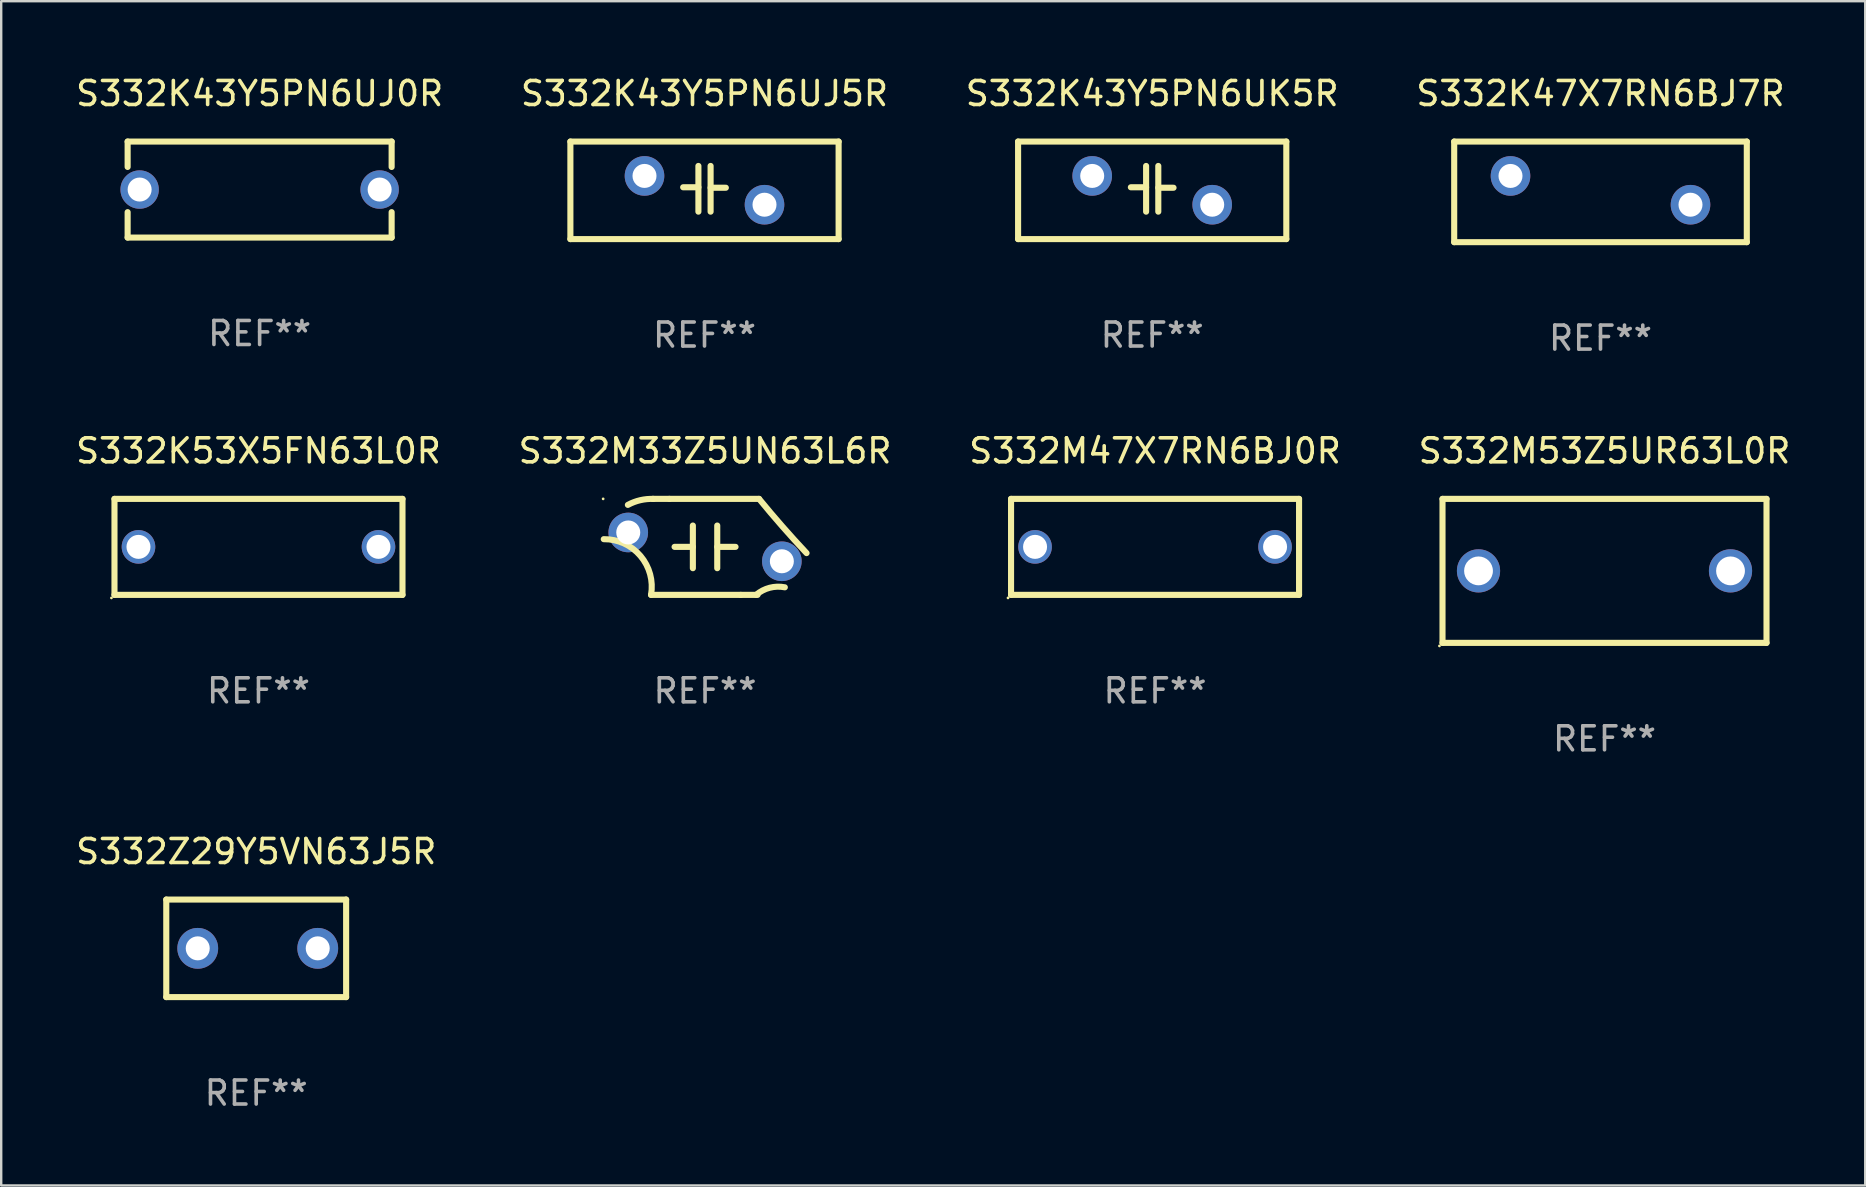
<source format=kicad_pcb>
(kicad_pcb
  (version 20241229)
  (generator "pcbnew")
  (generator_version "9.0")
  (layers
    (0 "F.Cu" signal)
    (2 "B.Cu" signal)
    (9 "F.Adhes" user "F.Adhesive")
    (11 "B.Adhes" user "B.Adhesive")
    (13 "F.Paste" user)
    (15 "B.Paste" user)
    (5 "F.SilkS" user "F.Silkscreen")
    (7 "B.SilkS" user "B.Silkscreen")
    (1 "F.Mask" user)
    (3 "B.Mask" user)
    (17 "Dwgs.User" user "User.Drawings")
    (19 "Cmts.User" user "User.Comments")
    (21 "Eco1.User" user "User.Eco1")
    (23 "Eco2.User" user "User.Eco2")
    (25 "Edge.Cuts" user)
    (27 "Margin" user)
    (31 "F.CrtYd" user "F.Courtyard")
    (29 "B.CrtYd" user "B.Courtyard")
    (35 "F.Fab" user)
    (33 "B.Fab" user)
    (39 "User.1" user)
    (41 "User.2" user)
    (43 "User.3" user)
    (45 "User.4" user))
  (footprint "S332M47X7RN6BJ0R"
    (layer "F.Cu")
    (at 45.077 19.736)
    (property "Reference" "S332M47X7RN6BJ0R" (at 0 -4 0) (layer "F.SilkS") (effects (font (size 1 1) (thickness 0.15))))
    (attr through_hole)
    (fp_line (start -6 -2) (end -6 2) (stroke (width 0.254) (type solid)) (layer "F.SilkS"))
    (fp_line (start -6 -2) (end 6 -2) (stroke (width 0.254) (type solid)) (layer "F.SilkS"))
    (fp_line (start 6 -2) (end 6 2) (stroke (width 0.254) (type solid)) (layer "F.SilkS"))
    (fp_line (start 6 2) (end -6 2) (stroke (width 0.254) (type solid)) (layer "F.SilkS"))
    (fp_circle (center -6.127 2.127) (end -6.097 2.127) (stroke (width 0.06) (type solid)) (fill no) (layer "F.SilkS"))
    (fp_text user "REF**" (at 0 6 0) (layer "F.Fab") (effects (font (size 1 1) (thickness 0.15))))
    (pad "1" thru_hole circle (at -5 0) (size 1.4 1.4) (drill 1) (layers "*.Cu" "*.Mask"))
    (pad "2" thru_hole circle (at 5 0) (size 1.4 1.4) (drill 1) (layers "*.Cu" "*.Mask")))
  (footprint "S332K47X7RN6BJ7R"
    (layer "F.Cu")
    (at 63.637 4.944)
    (property "Reference" "S332K47X7RN6BJ7R" (at 0 -4.096 0) (layer "F.SilkS") (effects (font (size 1 1) (thickness 0.15))))
    (attr through_hole)
    (fp_line (start -6.096 -2.096) (end 6.096 -2.096) (stroke (width 0.254) (type solid)) (layer "F.SilkS"))
    (fp_line (start -6.096 2.096) (end -6.096 -2.096) (stroke (width 0.254) (type solid)) (layer "F.SilkS"))
    (fp_line (start 6.096 -2.096) (end 6.096 2.096) (stroke (width 0.254) (type solid)) (layer "F.SilkS"))
    (fp_line (start 6.096 2.096) (end -6.096 2.096) (stroke (width 0.254) (type solid)) (layer "F.SilkS"))
    (fp_circle (center -6 -2.063) (end -5.97 -2.063) (stroke (width 0.06) (type solid)) (fill no) (layer "F.SilkS"))
    (fp_text user "REF**" (at 0 6.096 0) (layer "F.Fab") (effects (font (size 1 1) (thickness 0.15))))
    (pad "1" thru_hole circle (at -3.75 -0.663) (size 1.65 1.65) (drill 1) (layers "*.Cu" "*.Mask"))
    (pad "2" thru_hole circle (at 3.75 0.536) (size 1.65 1.65) (drill 1) (layers "*.Cu" "*.Mask")))
  (footprint "S332K53X5FN63L0R"
    (layer "F.Cu")
    (at 7.72 19.736)
    (property "Reference" "S332K53X5FN63L0R" (at 0 -4 0) (layer "F.SilkS") (effects (font (size 1 1) (thickness 0.15))))
    (attr through_hole)
    (fp_line (start -6 -2) (end -6 2) (stroke (width 0.254) (type solid)) (layer "F.SilkS"))
    (fp_line (start -6 -2) (end 6 -2) (stroke (width 0.254) (type solid)) (layer "F.SilkS"))
    (fp_line (start 6 -2) (end 6 2) (stroke (width 0.254) (type solid)) (layer "F.SilkS"))
    (fp_line (start 6 2) (end -6 2) (stroke (width 0.254) (type solid)) (layer "F.SilkS"))
    (fp_circle (center -6.127 2.127) (end -6.097 2.127) (stroke (width 0.06) (type solid)) (fill no) (layer "F.SilkS"))
    (fp_text user "REF**" (at 0 6 0) (layer "F.Fab") (effects (font (size 1 1) (thickness 0.15))))
    (pad "1" thru_hole circle (at -5 0) (size 1.4 1.4) (drill 1) (layers "*.Cu" "*.Mask"))
    (pad "2" thru_hole circle (at 5 0) (size 1.4 1.4) (drill 1) (layers "*.Cu" "*.Mask")))
  (footprint "S332Z29Y5VN63J5R"
    (layer "F.Cu")
    (at 7.625 36.464)
    (property "Reference" "S332Z29Y5VN63J5R" (at 0 -4.032 0) (layer "F.SilkS") (effects (font (size 1 1) (thickness 0.15))))
    (attr through_hole)
    (fp_line (start -3.747 -2.032) (end -3.747 2.032) (stroke (width 0.254) (type solid)) (layer "F.SilkS"))
    (fp_line (start -3.747 2.032) (end 3.747 2.032) (stroke (width 0.254) (type solid)) (layer "F.SilkS"))
    (fp_line (start 3.747 -2.032) (end -3.747 -2.032) (stroke (width 0.254) (type solid)) (layer "F.SilkS"))
    (fp_line (start 3.747 2.032) (end 3.747 -2.032) (stroke (width 0.254) (type solid)) (layer "F.SilkS"))
    (fp_circle (center -3.687 2) (end -3.657 2) (stroke (width 0.06) (type solid)) (fill no) (layer "F.SilkS"))
    (fp_text user "REF**" (at 0 6.032 0) (layer "F.Fab") (effects (font (size 1 1) (thickness 0.15))))
    (pad "1" thru_hole circle (at -2.436 0) (size 1.7 1.7) (drill 1) (layers "*.Cu" "*.Mask"))
    (pad "2" thru_hole circle (at 2.564 0) (size 1.7 1.7) (drill 1) (layers "*.Cu" "*.Mask")))
  (footprint "S332M33Z5UN63L6R"
    (layer "F.Cu")
    (at 26.327 19.736)
    (property "Reference" "S332M33Z5UN63L6R" (at 0 -4 0) (layer "F.SilkS") (effects (font (size 1 1) (thickness 0.15))))
    (attr through_hole)
    (fp_line (start -2.25 2) (end 1.487 2) (stroke (width 0.254) (type solid)) (layer "F.SilkS"))
    (fp_line (start -1.487 -2) (end -2.187 -2) (stroke (width 0.254) (type solid)) (layer "F.SilkS"))
    (fp_line (start -0.508 -0.889) (end -0.508 0.889) (stroke (width 0.254) (type solid)) (layer "F.SilkS"))
    (fp_line (start -0.508 0) (end -1.27 0) (stroke (width 0.254) (type solid)) (layer "F.SilkS"))
    (fp_line (start 0.508 0) (end 1.27 0) (stroke (width 0.254) (type solid)) (layer "F.SilkS"))
    (fp_line (start 0.508 0.889) (end 0.508 -0.889) (stroke (width 0.254) (type solid)) (layer "F.SilkS"))
    (fp_line (start 1.487 2) (end 2.187 2) (stroke (width 0.254) (type solid)) (layer "F.SilkS"))
    (fp_line (start 2.25 -2) (end -1.487 -2) (stroke (width 0.254) (type solid)) (layer "F.SilkS"))
    (fp_arc (start -4.220269 -0.320624) (mid -2.690162 0.376965) (end -2.25014 2) (stroke (width 0.254001) (type solid)) (layer "F.SilkS"))
    (fp_arc (start -3.215646 -1.749174) (mid -2.698632 -1.944941) (end -2.148311 -1.997612) (stroke (width 0.254001) (type solid)) (layer "F.SilkS"))
    (fp_arc (start 2.131953 1.996748) (mid 2.692153 1.704697) (end 3.323597 1.684785) (stroke (width 0.254001) (type solid)) (layer "F.SilkS"))
    (fp_arc (start 4.229007 0.258979) (mid 3.2203 -0.853703) (end 2.249962 -2) (stroke (width 0.254001) (type solid)) (layer "F.SilkS"))
    (fp_circle (center -4.246 -2) (end -4.216 -2) (stroke (width 0.06) (type solid)) (fill no) (layer "F.SilkS"))
    (fp_text user "REF**" (at 0 6 0) (layer "F.Fab") (effects (font (size 1 1) (thickness 0.15))))
    (pad "1" thru_hole circle (at -3.2 -0.6) (size 1.65 1.65) (drill 1) (layers "*.Cu" "*.Mask"))
    (pad "2" thru_hole circle (at 3.2 0.6) (size 1.65 1.65) (drill 1) (layers "*.Cu" "*.Mask")))
  (footprint "S332K43Y5PN6UK5R"
    (layer "F.Cu")
    (at 44.958 4.88)
    (property "Reference" "S332K43Y5PN6UK5R" (at 0 -4.032 0) (layer "F.SilkS") (effects (font (size 1 1) (thickness 0.15))))
    (attr through_hole)
    (fp_line (start -5.588 -2.032) (end -5.588 2.032) (stroke (width 0.254) (type solid)) (layer "F.SilkS"))
    (fp_line (start -5.588 2.032) (end 5.588 2.032) (stroke (width 0.254) (type solid)) (layer "F.SilkS"))
    (fp_line (start -0.889 -0.127) (end -0.254 -0.127) (stroke (width 0.254) (type solid)) (layer "F.SilkS"))
    (fp_line (start -0.254 -1.016) (end -0.254 0.889) (stroke (width 0.254) (type solid)) (layer "F.SilkS"))
    (fp_line (start 0.254 -1.016) (end 0.254 0.889) (stroke (width 0.254) (type solid)) (layer "F.SilkS"))
    (fp_line (start 0.254 -0.108) (end 0.889 -0.108) (stroke (width 0.254) (type solid)) (layer "F.SilkS"))
    (fp_line (start 5.588 -2.032) (end -5.588 -2.032) (stroke (width 0.254) (type solid)) (layer "F.SilkS"))
    (fp_line (start 5.588 2.032) (end 5.588 -2.032) (stroke (width 0.254) (type solid)) (layer "F.SilkS"))
    (fp_circle (center -5.5 2) (end -5.47 2) (stroke (width 0.06) (type solid)) (fill no) (layer "F.SilkS"))
    (fp_text user "REF**" (at 0 6.032 0) (layer "F.Fab") (effects (font (size 1 1) (thickness 0.15))))
    (pad "1" thru_hole circle (at -2.5 -0.6) (size 1.65 1.65) (drill 1) (layers "*.Cu" "*.Mask"))
    (pad "2" thru_hole circle (at 2.5 0.6) (size 1.65 1.65) (drill 1) (layers "*.Cu" "*.Mask")))
  (footprint "S332K43Y5PN6UJ0R"
    (layer "F.Cu")
    (at 7.768 4.848)
    (property "Reference" "S332K43Y5PN6UJ0R" (at 0 -4 0) (layer "F.SilkS") (effects (font (size 1 1) (thickness 0.15))))
    (attr through_hole)
    (fp_line (start -5.5 -2) (end 5.5 -2) (stroke (width 0.254) (type solid)) (layer "F.SilkS"))
    (fp_line (start -5.5 -0.942) (end -5.5 -2) (stroke (width 0.254) (type solid)) (layer "F.SilkS"))
    (fp_line (start -5.5 2) (end -5.5 0.942) (stroke (width 0.254) (type solid)) (layer "F.SilkS"))
    (fp_line (start 5.5 -2) (end 5.5 -0.941) (stroke (width 0.254) (type solid)) (layer "F.SilkS"))
    (fp_line (start 5.5 0.941) (end 5.5 2) (stroke (width 0.254) (type solid)) (layer "F.SilkS"))
    (fp_line (start 5.5 2) (end -5.5 2) (stroke (width 0.254) (type solid)) (layer "F.SilkS"))
    (fp_circle (center -5.5 2) (end -5.47 2) (stroke (width 0.06) (type solid)) (fill no) (layer "F.SilkS"))
    (fp_text user "REF**" (at 0 6 0) (layer "F.Fab") (effects (font (size 1 1) (thickness 0.15))))
    (pad "1" thru_hole circle (at -5 0) (size 1.6 1.6) (drill 1) (layers "*.Cu" "*.Mask"))
    (pad "2" thru_hole circle (at 5 0) (size 1.6 1.6) (drill 1) (layers "*.Cu" "*.Mask")))
  (footprint "S332M53Z5UR63L0R"
    (layer "F.Cu")
    (at 63.804 20.736)
    (property "Reference" "S332M53Z5UR63L0R" (at 0 -5 0) (layer "F.SilkS") (effects (font (size 1 1) (thickness 0.15))))
    (attr through_hole)
    (fp_line (start -6.75 -3) (end 6.75 -3) (stroke (width 0.254) (type solid)) (layer "F.SilkS"))
    (fp_line (start -6.75 3) (end -6.75 -3) (stroke (width 0.254) (type solid)) (layer "F.SilkS"))
    (fp_line (start 6.75 -3) (end 6.75 3) (stroke (width 0.254) (type solid)) (layer "F.SilkS"))
    (fp_line (start 6.75 3) (end -6.75 3) (stroke (width 0.254) (type solid)) (layer "F.SilkS"))
    (fp_circle (center -6.877 3.127) (end -6.847 3.127) (stroke (width 0.06) (type solid)) (fill no) (layer "F.SilkS"))
    (fp_text user "REF**" (at 0 7 0) (layer "F.Fab") (effects (font (size 1 1) (thickness 0.15))))
    (pad "1" thru_hole circle (at -5.25 0) (size 1.8 1.8) (drill 1.2) (layers "*.Cu" "*.Mask"))
    (pad "2" thru_hole circle (at 5.25 0) (size 1.8 1.8) (drill 1.2) (layers "*.Cu" "*.Mask")))
  (footprint "S332K43Y5PN6UJ5R"
    (layer "F.Cu")
    (at 26.304 4.88)
    (property "Reference" "S332K43Y5PN6UJ5R" (at 0 -4.032 0) (layer "F.SilkS") (effects (font (size 1 1) (thickness 0.15))))
    (attr through_hole)
    (fp_line (start -5.588 -2.032) (end -5.588 2.032) (stroke (width 0.254) (type solid)) (layer "F.SilkS"))
    (fp_line (start -5.588 2.032) (end 5.588 2.032) (stroke (width 0.254) (type solid)) (layer "F.SilkS"))
    (fp_line (start -0.889 -0.127) (end -0.254 -0.127) (stroke (width 0.254) (type solid)) (layer "F.SilkS"))
    (fp_line (start -0.254 -1.016) (end -0.254 0.889) (stroke (width 0.254) (type solid)) (layer "F.SilkS"))
    (fp_line (start 0.254 -1.016) (end 0.254 0.889) (stroke (width 0.254) (type solid)) (layer "F.SilkS"))
    (fp_line (start 0.254 -0.108) (end 0.889 -0.108) (stroke (width 0.254) (type solid)) (layer "F.SilkS"))
    (fp_line (start 5.588 -2.032) (end -5.588 -2.032) (stroke (width 0.254) (type solid)) (layer "F.SilkS"))
    (fp_line (start 5.588 2.032) (end 5.588 -2.032) (stroke (width 0.254) (type solid)) (layer "F.SilkS"))
    (fp_circle (center -5.5 2) (end -5.47 2) (stroke (width 0.06) (type solid)) (fill no) (layer "F.SilkS"))
    (fp_text user "REF**" (at 0 6.032 0) (layer "F.Fab") (effects (font (size 1 1) (thickness 0.15))))
    (pad "1" thru_hole circle (at -2.5 -0.6) (size 1.65 1.65) (drill 1) (layers "*.Cu" "*.Mask"))
    (pad "2" thru_hole circle (at 2.5 0.6) (size 1.65 1.65) (drill 1) (layers "*.Cu" "*.Mask")))
  (gr_rect
    (start -3 -3)
    (end 74.667 46.345)
    (stroke (width 0.1) (type default))
    (fill no)
    (layer "Edge.Cuts")))
</source>
